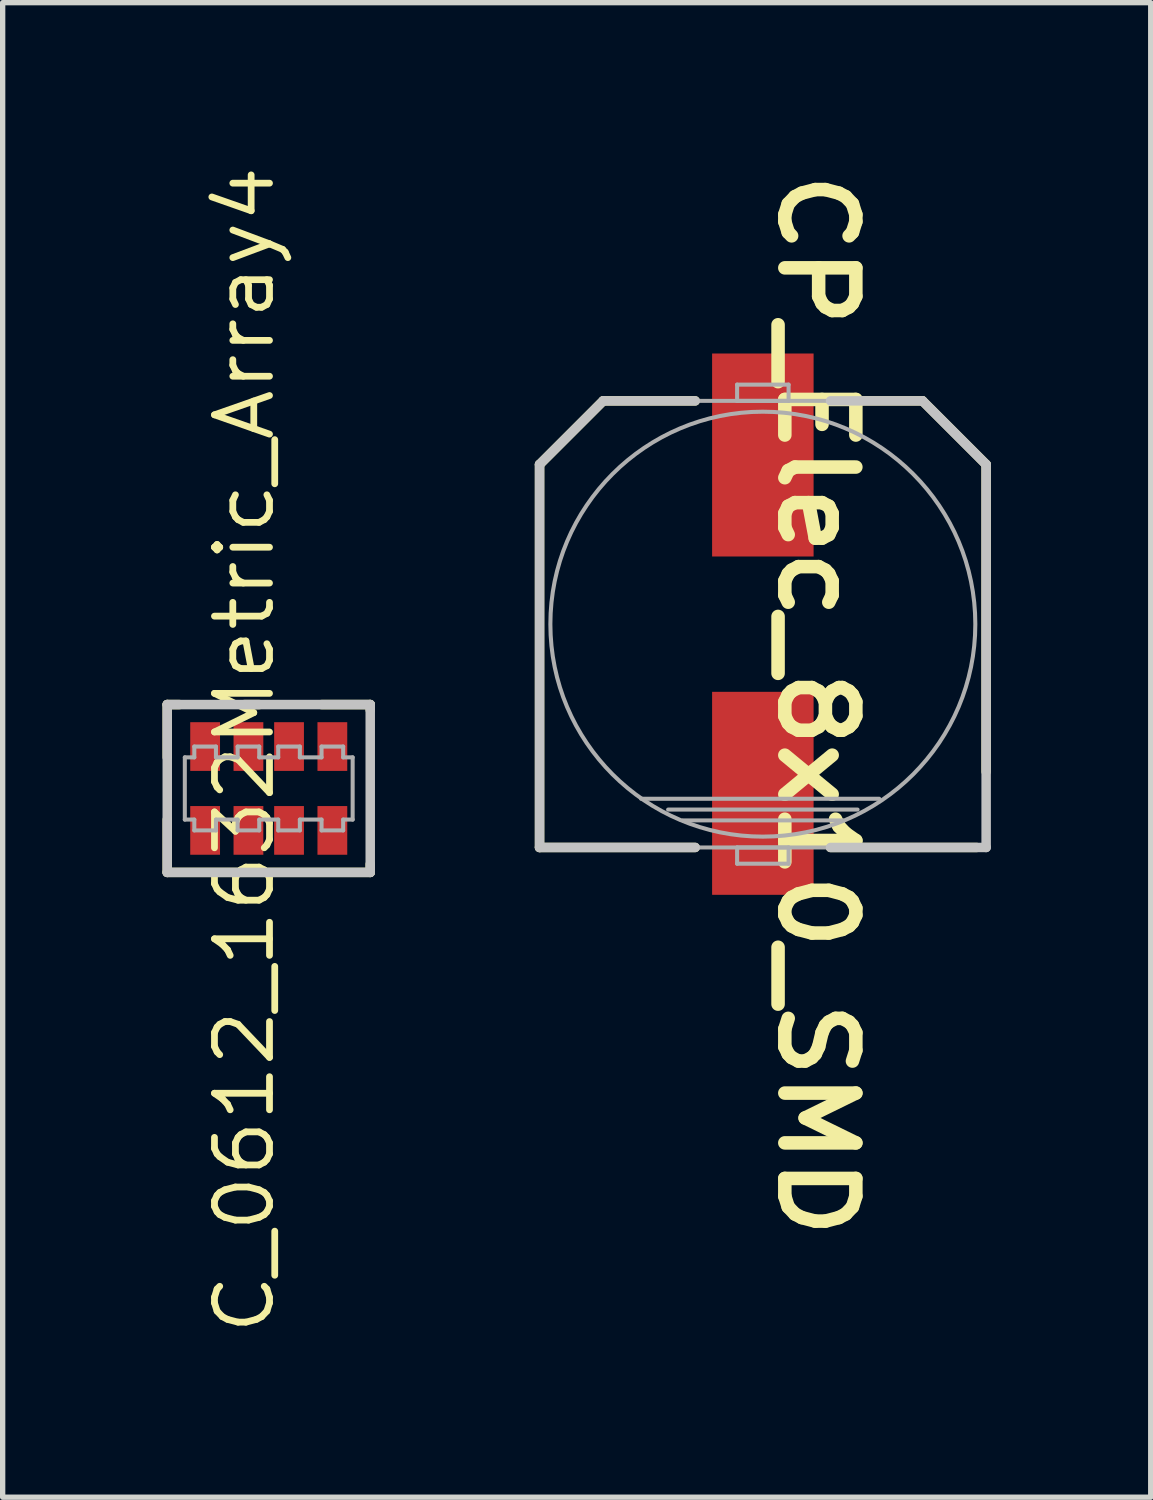
<source format=kicad_pcb>
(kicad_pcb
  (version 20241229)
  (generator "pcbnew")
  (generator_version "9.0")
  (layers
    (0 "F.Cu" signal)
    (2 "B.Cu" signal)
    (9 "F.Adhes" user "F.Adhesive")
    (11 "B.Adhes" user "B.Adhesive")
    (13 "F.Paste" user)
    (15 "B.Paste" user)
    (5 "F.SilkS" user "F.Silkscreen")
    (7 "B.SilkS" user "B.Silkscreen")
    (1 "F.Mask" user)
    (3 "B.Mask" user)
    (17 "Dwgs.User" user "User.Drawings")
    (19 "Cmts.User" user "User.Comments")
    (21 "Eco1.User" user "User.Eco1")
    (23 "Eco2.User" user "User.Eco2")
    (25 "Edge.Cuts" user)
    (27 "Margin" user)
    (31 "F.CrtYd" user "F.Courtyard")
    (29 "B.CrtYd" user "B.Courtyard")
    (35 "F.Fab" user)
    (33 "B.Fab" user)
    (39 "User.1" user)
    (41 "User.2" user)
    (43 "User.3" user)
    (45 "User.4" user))
  (footprint "C_0612_1632Metric_Array4"
    (layer "F.Cu")
    (at 1.994 11.749)
    (property "Reference" "C_0612_1632Metric_Array4" (at -0.457 -0.724 90) (unlocked yes) (layer "F.SilkS") (effects (font (size 1.033 1.087) (thickness 0.127))))
    (attr smd)
    (fp_line (start -1.905 -1.575) (end -1.676 -1.575) (stroke (width 0.178) (type solid)) (layer "F.SilkS"))
    (fp_line (start -1.905 -0.584) (end -1.905 -1.575) (stroke (width 0.178) (type solid)) (layer "F.SilkS"))
    (fp_line (start -1.905 1.575) (end -1.905 0.584) (stroke (width 0.178) (type solid)) (layer "F.SilkS"))
    (fp_line (start -1.905 1.575) (end 1.905 1.575) (stroke (width 0.178) (type solid)) (layer "F.SilkS"))
    (fp_line (start -0.457 -1.575) (end -0.178 -1.575) (stroke (width 0.178) (type solid)) (layer "F.SilkS"))
    (fp_line (start 0.991 -1.575) (end 1.905 -1.575) (stroke (width 0.178) (type solid)) (layer "F.SilkS"))
    (fp_line (start 1.905 -1.473) (end 1.905 -1.575) (stroke (width 0.178) (type solid)) (layer "F.SilkS"))
    (fp_line (start 1.905 1.575) (end 1.905 1.422) (stroke (width 0.178) (type solid)) (layer "F.SilkS"))
    (fp_line (start -1.905 -1.575) (end 1.905 -1.575) (stroke (width 0.178) (type solid)) (layer "Dwgs.User"))
    (fp_line (start -1.905 1.575) (end -1.905 -1.575) (stroke (width 0.178) (type solid)) (layer "Dwgs.User"))
    (fp_line (start -1.905 1.575) (end 1.905 1.575) (stroke (width 0.178) (type solid)) (layer "Dwgs.User"))
    (fp_line (start 1.905 1.575) (end 1.905 -1.575) (stroke (width 0.178) (type solid)) (layer "Dwgs.User"))
    (fp_line (start -1.575 -0.584) (end -1.397 -0.584) (stroke (width 0.076) (type solid)) (layer "F.Fab"))
    (fp_line (start -1.575 0.584) (end -1.575 -0.584) (stroke (width 0.076) (type solid)) (layer "F.Fab"))
    (fp_line (start -1.575 0.584) (end -1.397 0.584) (stroke (width 0.076) (type solid)) (layer "F.Fab"))
    (fp_line (start -1.397 -0.787) (end -0.991 -0.787) (stroke (width 0.076) (type solid)) (layer "F.Fab"))
    (fp_line (start -1.397 -0.584) (end -1.397 -0.787) (stroke (width 0.076) (type solid)) (layer "F.Fab"))
    (fp_line (start -1.397 0.787) (end -1.397 0.584) (stroke (width 0.076) (type solid)) (layer "F.Fab"))
    (fp_line (start -1.397 0.787) (end -0.991 0.787) (stroke (width 0.076) (type solid)) (layer "F.Fab"))
    (fp_line (start -0.991 -0.584) (end -0.991 -0.787) (stroke (width 0.076) (type solid)) (layer "F.Fab"))
    (fp_line (start -0.991 -0.584) (end -0.584 -0.584) (stroke (width 0.076) (type solid)) (layer "F.Fab"))
    (fp_line (start -0.991 0.584) (end -0.584 0.584) (stroke (width 0.076) (type solid)) (layer "F.Fab"))
    (fp_line (start -0.991 0.787) (end -0.991 0.584) (stroke (width 0.076) (type solid)) (layer "F.Fab"))
    (fp_line (start -0.584 -0.787) (end -0.178 -0.787) (stroke (width 0.076) (type solid)) (layer "F.Fab"))
    (fp_line (start -0.584 -0.584) (end -0.584 -0.787) (stroke (width 0.076) (type solid)) (layer "F.Fab"))
    (fp_line (start -0.584 0.787) (end -0.584 0.584) (stroke (width 0.076) (type solid)) (layer "F.Fab"))
    (fp_line (start -0.584 0.787) (end -0.178 0.787) (stroke (width 0.076) (type solid)) (layer "F.Fab"))
    (fp_line (start -0.178 -0.584) (end -0.178 -0.787) (stroke (width 0.076) (type solid)) (layer "F.Fab"))
    (fp_line (start -0.178 -0.584) (end 0.178 -0.584) (stroke (width 0.076) (type solid)) (layer "F.Fab"))
    (fp_line (start -0.178 0.584) (end 0.178 0.584) (stroke (width 0.076) (type solid)) (layer "F.Fab"))
    (fp_line (start -0.178 0.787) (end -0.178 0.584) (stroke (width 0.076) (type solid)) (layer "F.Fab"))
    (fp_line (start 0.178 -0.787) (end 0.584 -0.787) (stroke (width 0.076) (type solid)) (layer "F.Fab"))
    (fp_line (start 0.178 -0.584) (end 0.178 -0.787) (stroke (width 0.076) (type solid)) (layer "F.Fab"))
    (fp_line (start 0.178 0.787) (end 0.178 0.584) (stroke (width 0.076) (type solid)) (layer "F.Fab"))
    (fp_line (start 0.178 0.787) (end 0.584 0.787) (stroke (width 0.076) (type solid)) (layer "F.Fab"))
    (fp_line (start 0.584 -0.584) (end 0.584 -0.787) (stroke (width 0.076) (type solid)) (layer "F.Fab"))
    (fp_line (start 0.584 -0.584) (end 0.991 -0.584) (stroke (width 0.076) (type solid)) (layer "F.Fab"))
    (fp_line (start 0.584 0.584) (end 0.991 0.584) (stroke (width 0.076) (type solid)) (layer "F.Fab"))
    (fp_line (start 0.584 0.787) (end 0.584 0.584) (stroke (width 0.076) (type solid)) (layer "F.Fab"))
    (fp_line (start 0.991 -0.787) (end 1.397 -0.787) (stroke (width 0.076) (type solid)) (layer "F.Fab"))
    (fp_line (start 0.991 -0.584) (end 0.991 -0.787) (stroke (width 0.076) (type solid)) (layer "F.Fab"))
    (fp_line (start 0.991 0.787) (end 0.991 0.584) (stroke (width 0.076) (type solid)) (layer "F.Fab"))
    (fp_line (start 0.991 0.787) (end 1.397 0.787) (stroke (width 0.076) (type solid)) (layer "F.Fab"))
    (fp_line (start 1.397 -0.584) (end 1.397 -0.787) (stroke (width 0.076) (type solid)) (layer "F.Fab"))
    (fp_line (start 1.397 -0.584) (end 1.575 -0.584) (stroke (width 0.076) (type solid)) (layer "F.Fab"))
    (fp_line (start 1.397 0.584) (end 1.575 0.584) (stroke (width 0.076) (type solid)) (layer "F.Fab"))
    (fp_line (start 1.397 0.787) (end 1.397 0.584) (stroke (width 0.076) (type solid)) (layer "F.Fab"))
    (fp_line (start 1.575 0.584) (end 1.575 -0.584) (stroke (width 0.076) (type solid)) (layer "F.Fab"))
    (pad "1" smd rect (at -1.194 0.787) (size 0.559 0.914) (layers "F.Cu" "F.Mask" "F.Paste"))
    (pad "2" smd rect (at -0.381 0.787) (size 0.559 0.914) (layers "F.Cu" "F.Mask" "F.Paste"))
    (pad "3" smd rect (at 0.381 0.787) (size 0.559 0.914) (layers "F.Cu" "F.Mask" "F.Paste"))
    (pad "4" smd rect (at 1.194 0.787) (size 0.559 0.914) (layers "F.Cu" "F.Mask" "F.Paste"))
    (pad "5" smd rect (at 1.194 -0.787) (size 0.559 0.914) (layers "F.Cu" "F.Mask" "F.Paste"))
    (pad "6" smd rect (at 0.381 -0.787) (size 0.559 0.914) (layers "F.Cu" "F.Mask" "F.Paste"))
    (pad "7" smd rect (at -0.381 -0.787) (size 0.559 0.914) (layers "F.Cu" "F.Mask" "F.Paste"))
    (pad "8" smd rect (at -1.194 -0.787) (size 0.559 0.914) (layers "F.Cu" "F.Mask" "F.Paste")))
  (footprint "CP_Elec_8x10_SMD"
    (layer "F.Cu")
    (at 11.268 8.665)
    (property "Reference" "CP_Elec_8x10_SMD" (at 1.016 1.524 270) (unlocked yes) (layer "F.SilkS") (effects (font (size 1.333 1.402) (thickness 0.254))))
    (attr smd)
    (fp_line (start -4.191 -2.997) (end -2.997 -4.191) (stroke (width 0.178) (type solid)) (layer "F.SilkS"))
    (fp_line (start -4.191 4.191) (end -4.191 -2.997) (stroke (width 0.178) (type solid)) (layer "F.SilkS"))
    (fp_line (start -4.191 4.191) (end -1.27 4.191) (stroke (width 0.178) (type solid)) (layer "F.SilkS"))
    (fp_line (start -2.997 -4.191) (end -1.27 -4.191) (stroke (width 0.178) (type solid)) (layer "F.SilkS"))
    (fp_line (start 1.27 -4.191) (end 2.997 -4.191) (stroke (width 0.178) (type solid)) (layer "F.SilkS"))
    (fp_line (start 1.27 4.191) (end 4.013 4.191) (stroke (width 0.178) (type solid)) (layer "F.SilkS"))
    (fp_line (start 2.997 -4.191) (end 4.191 -2.997) (stroke (width 0.178) (type solid)) (layer "F.SilkS"))
    (fp_line (start 4.191 2.769) (end 4.191 -2.997) (stroke (width 0.178) (type solid)) (layer "F.SilkS"))
    (fp_line (start -4.191 -2.997) (end -2.997 -4.191) (stroke (width 0.178) (type solid)) (layer "Dwgs.User"))
    (fp_line (start -4.191 4.191) (end -4.191 -2.997) (stroke (width 0.178) (type solid)) (layer "Dwgs.User"))
    (fp_line (start -4.191 4.191) (end -1.27 4.191) (stroke (width 0.178) (type solid)) (layer "Dwgs.User"))
    (fp_line (start -2.997 -4.191) (end -1.27 -4.191) (stroke (width 0.178) (type solid)) (layer "Dwgs.User"))
    (fp_line (start 1.27 -4.191) (end 2.997 -4.191) (stroke (width 0.178) (type solid)) (layer "Dwgs.User"))
    (fp_line (start 1.27 4.191) (end 4.191 4.191) (stroke (width 0.178) (type solid)) (layer "Dwgs.User"))
    (fp_line (start 2.997 -4.191) (end 4.191 -2.997) (stroke (width 0.178) (type solid)) (layer "Dwgs.User"))
    (fp_line (start 4.191 4.191) (end 4.191 -2.997) (stroke (width 0.178) (type solid)) (layer "Dwgs.User"))
    (fp_line (start -4.191 -2.997) (end -2.997 -4.191) (stroke (width 0.076) (type solid)) (layer "F.Fab"))
    (fp_line (start -4.191 4.191) (end -4.191 -2.997) (stroke (width 0.076) (type solid)) (layer "F.Fab"))
    (fp_line (start -4.191 4.191) (end 4.191 4.191) (stroke (width 0.076) (type solid)) (layer "F.Fab"))
    (fp_line (start -2.997 -4.191) (end 2.997 -4.191) (stroke (width 0.076) (type solid)) (layer "F.Fab"))
    (fp_line (start -2.286 3.277) (end 2.184 3.277) (stroke (width 0.076) (type solid)) (layer "F.Fab"))
    (fp_line (start -1.778 3.48) (end 1.778 3.48) (stroke (width 0.076) (type solid)) (layer "F.Fab"))
    (fp_line (start -1.499 3.683) (end 1.499 3.683) (stroke (width 0.076) (type solid)) (layer "F.Fab"))
    (fp_line (start -0.483 -4.496) (end 0.483 -4.496) (stroke (width 0.076) (type solid)) (layer "F.Fab"))
    (fp_line (start -0.483 -4.191) (end -0.483 -4.496) (stroke (width 0.076) (type solid)) (layer "F.Fab"))
    (fp_line (start -0.483 -4.191) (end 0.483 -4.191) (stroke (width 0.076) (type solid)) (layer "F.Fab"))
    (fp_line (start -0.483 4.191) (end 0.483 4.191) (stroke (width 0.076) (type solid)) (layer "F.Fab"))
    (fp_line (start -0.483 4.496) (end -0.483 4.191) (stroke (width 0.076) (type solid)) (layer "F.Fab"))
    (fp_line (start -0.483 4.496) (end 0.483 4.496) (stroke (width 0.076) (type solid)) (layer "F.Fab"))
    (fp_line (start 0.483 -4.191) (end 0.483 -4.496) (stroke (width 0.076) (type solid)) (layer "F.Fab"))
    (fp_line (start 0.483 4.496) (end 0.483 4.191) (stroke (width 0.076) (type solid)) (layer "F.Fab"))
    (fp_line (start 2.997 -4.191) (end 4.191 -2.997) (stroke (width 0.076) (type solid)) (layer "F.Fab"))
    (fp_line (start 4.191 4.191) (end 4.191 -2.997) (stroke (width 0.076) (type solid)) (layer "F.Fab"))
    (fp_circle (center 0 0) (end 3.988 0) (stroke (width 0.076) (type solid)) (fill no) (layer "F.Fab"))
    (pad "+" smd rect (at 0 -3.175) (size 1.905 3.81) (layers "F.Cu" "F.Mask" "F.Paste"))
    (pad "-" smd rect (at 0 3.175) (size 1.905 3.81) (layers "F.Cu" "F.Mask" "F.Paste")))
  (gr_rect
    (start -3 -3)
    (end 18.548 25.051)
    (stroke (width 0.1) (type default))
    (fill no)
    (layer "Edge.Cuts")))
</source>
